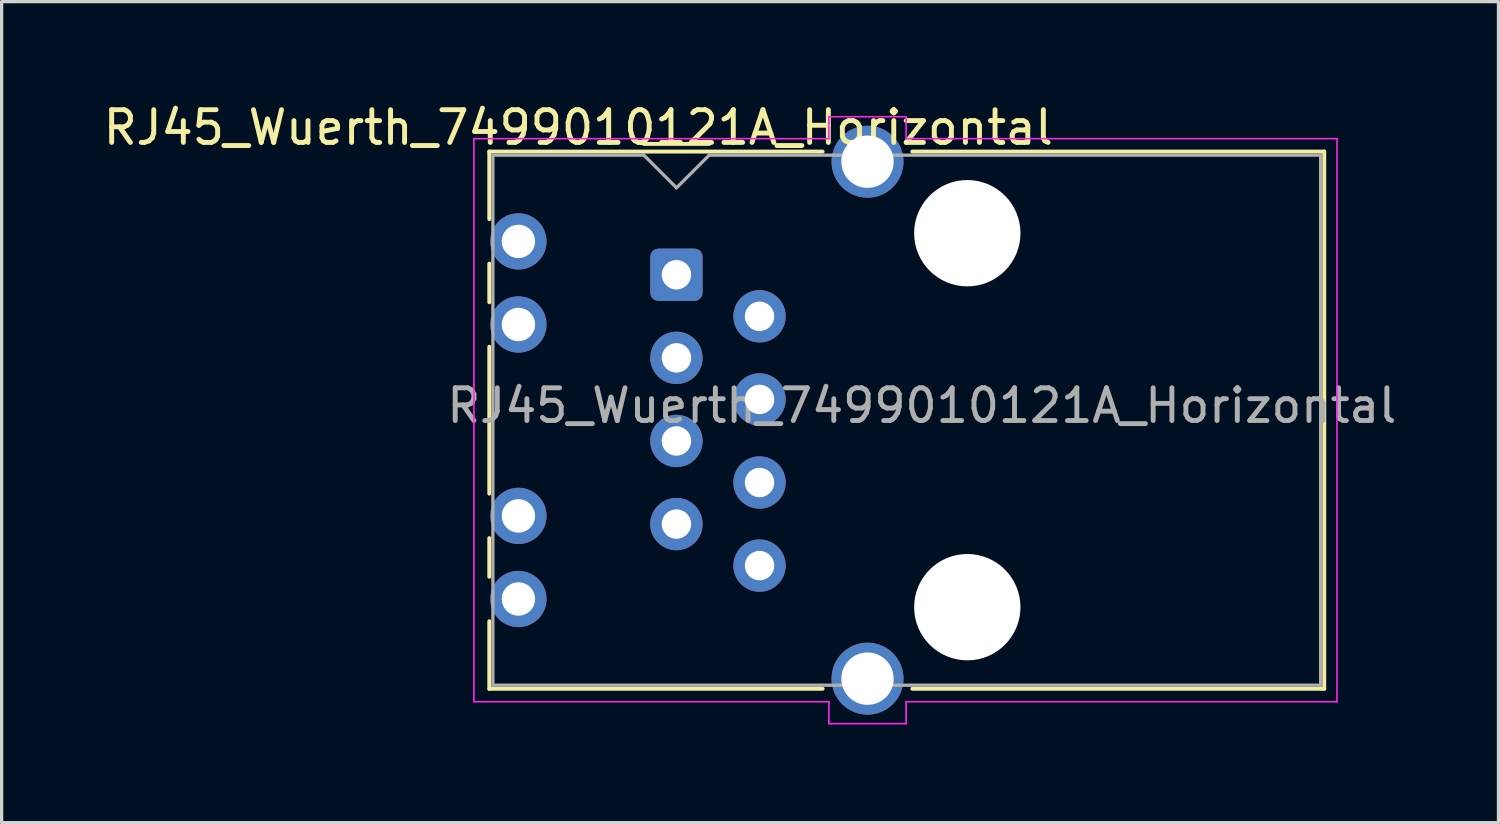
<source format=kicad_pcb>
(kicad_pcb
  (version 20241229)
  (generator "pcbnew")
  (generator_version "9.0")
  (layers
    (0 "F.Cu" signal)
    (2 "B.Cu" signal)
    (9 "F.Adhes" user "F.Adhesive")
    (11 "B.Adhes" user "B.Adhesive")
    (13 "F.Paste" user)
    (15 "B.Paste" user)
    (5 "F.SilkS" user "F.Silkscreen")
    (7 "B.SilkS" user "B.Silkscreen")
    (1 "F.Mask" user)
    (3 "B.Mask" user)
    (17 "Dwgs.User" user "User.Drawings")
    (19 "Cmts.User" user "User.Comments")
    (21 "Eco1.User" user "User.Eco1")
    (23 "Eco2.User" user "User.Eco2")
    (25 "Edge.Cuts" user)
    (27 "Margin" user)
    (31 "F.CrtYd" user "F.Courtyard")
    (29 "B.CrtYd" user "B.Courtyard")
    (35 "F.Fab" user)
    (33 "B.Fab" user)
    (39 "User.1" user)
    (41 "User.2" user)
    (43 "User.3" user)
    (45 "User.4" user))
  (footprint "RJ45_Wuerth_7499010121A_Horizontal"
    (layer "F.Cu")
    (at 17.625 5.348)
    (property "Reference" "RJ45_Wuerth_7499010121A_Horizontal" (at -3 -4.5 0) (layer "F.SilkS") (effects (font (size 1 1) (thickness 0.15))))
    (attr through_hole)
    (fp_line (start -5.72 -3.765) (end -5.72 -1.7) (stroke (width 0.12) (type solid)) (layer "F.SilkS"))
    (fp_line (start -5.72 0.84) (end -5.72 -0.34) (stroke (width 0.12) (type solid)) (layer "F.SilkS"))
    (fp_line (start -5.72 6.69) (end -5.72 2.2) (stroke (width 0.12) (type solid)) (layer "F.SilkS"))
    (fp_line (start -5.72 9.23) (end -5.72 8.05) (stroke (width 0.12) (type solid)) (layer "F.SilkS"))
    (fp_line (start -5.72 10.59) (end -5.72 12.655) (stroke (width 0.12) (type solid)) (layer "F.SilkS"))
    (fp_line (start -5.72 12.655) (end 4.47 12.655) (stroke (width 0.12) (type solid)) (layer "F.SilkS"))
    (fp_line (start -1 -4) (end 1 -4) (stroke (width 0.12) (type solid)) (layer "F.SilkS"))
    (fp_line (start 4.47 -3.765) (end -5.72 -3.765) (stroke (width 0.12) (type solid)) (layer "F.SilkS"))
    (fp_line (start 7.21 12.655) (end 19.8 12.655) (stroke (width 0.12) (type solid)) (layer "F.SilkS"))
    (fp_line (start 19.8 -3.765) (end 7.21 -3.765) (stroke (width 0.12) (type solid)) (layer "F.SilkS"))
    (fp_line (start 19.8 12.655) (end 19.8 -3.765) (stroke (width 0.12) (type solid)) (layer "F.SilkS"))
    (fp_line (start -6.19 -4.16) (end -6.19 13.05) (stroke (width 0.05) (type solid)) (layer "F.CrtYd"))
    (fp_line (start 4.66 -4.83) (end 4.66 -4.16) (stroke (width 0.05) (type solid)) (layer "F.CrtYd"))
    (fp_line (start 4.66 -4.16) (end -6.19 -4.16) (stroke (width 0.05) (type solid)) (layer "F.CrtYd"))
    (fp_line (start 4.66 13.05) (end -6.19 13.05) (stroke (width 0.05) (type solid)) (layer "F.CrtYd"))
    (fp_line (start 4.66 13.05) (end 4.66 13.72) (stroke (width 0.05) (type solid)) (layer "F.CrtYd"))
    (fp_line (start 7.02 -4.83) (end 4.66 -4.83) (stroke (width 0.05) (type solid)) (layer "F.CrtYd"))
    (fp_line (start 7.02 -4.83) (end 7.02 -4.16) (stroke (width 0.05) (type solid)) (layer "F.CrtYd"))
    (fp_line (start 7.02 13.05) (end 7.02 13.72) (stroke (width 0.05) (type solid)) (layer "F.CrtYd"))
    (fp_line (start 7.02 13.72) (end 4.66 13.72) (stroke (width 0.05) (type solid)) (layer "F.CrtYd"))
    (fp_line (start 20.19 -4.16) (end 7.02 -4.16) (stroke (width 0.05) (type solid)) (layer "F.CrtYd"))
    (fp_line (start 20.19 13.05) (end 7.02 13.05) (stroke (width 0.05) (type solid)) (layer "F.CrtYd"))
    (fp_line (start 20.19 13.05) (end 20.19 -4.16) (stroke (width 0.05) (type solid)) (layer "F.CrtYd"))
    (fp_line (start -5.61 -3.655) (end -5.61 12.545) (stroke (width 0.1) (type solid)) (layer "F.Fab"))
    (fp_line (start -5.61 12.545) (end 19.69 12.545) (stroke (width 0.1) (type solid)) (layer "F.Fab"))
    (fp_line (start -1 -3.655) (end -5.61 -3.655) (stroke (width 0.1) (type solid)) (layer "F.Fab"))
    (fp_line (start 0 -2.66) (end -1 -3.66) (stroke (width 0.1) (type solid)) (layer "F.Fab"))
    (fp_line (start 0 -2.655) (end 1 -3.655) (stroke (width 0.1) (type solid)) (layer "F.Fab"))
    (fp_line (start 19.69 -3.655) (end 1 -3.655) (stroke (width 0.1) (type solid)) (layer "F.Fab"))
    (fp_line (start 19.69 12.545) (end 19.69 -3.655) (stroke (width 0.1) (type solid)) (layer "F.Fab"))
    (fp_text user "${REFERENCE}" (at 7.5 4 180) (layer "F.Fab") (effects (font (size 1 1) (thickness 0.15))))
    (pad "" np_thru_hole circle (at 8.89 -1.27 90) (size 3.25 3.25) (drill 3.25) (layers "*.Cu" "*.Mask"))
    (pad "" np_thru_hole circle (at 8.89 10.16 90) (size 3.25 3.25) (drill 3.25) (layers "*.Cu" "*.Mask"))
    (pad "1" thru_hole roundrect (at 0 0 90) (size 1.6 1.6) (drill 0.9) (layers "*.Cu" "*.Mask") (roundrect_rratio 0.155))
    (pad "2" thru_hole circle (at 2.54 1.27 90) (size 1.6 1.6) (drill 0.9) (layers "*.Cu" "*.Mask"))
    (pad "3" thru_hole circle (at 0 2.54 90) (size 1.6 1.6) (drill 0.9) (layers "*.Cu" "*.Mask"))
    (pad "4" thru_hole circle (at 2.54 3.81 90) (size 1.6 1.6) (drill 0.9) (layers "*.Cu" "*.Mask"))
    (pad "5" thru_hole circle (at 0 5.08 90) (size 1.6 1.6) (drill 0.9) (layers "*.Cu" "*.Mask"))
    (pad "6" thru_hole circle (at 2.54 6.35 90) (size 1.6 1.6) (drill 0.9) (layers "*.Cu" "*.Mask"))
    (pad "7" thru_hole circle (at 0 7.62 90) (size 1.6 1.6) (drill 0.9) (layers "*.Cu" "*.Mask"))
    (pad "8" thru_hole circle (at 2.54 8.89 90) (size 1.6 1.6) (drill 0.9) (layers "*.Cu" "*.Mask"))
    (pad "9" thru_hole circle (at -4.83 -1.02 90) (size 1.72 1.72) (drill 1.02) (layers "*.Cu" "*.Mask"))
    (pad "10" thru_hole circle (at -4.83 1.52 90) (size 1.72 1.72) (drill 1.02) (layers "*.Cu" "*.Mask"))
    (pad "11" thru_hole circle (at -4.83 7.37 90) (size 1.72 1.72) (drill 1.02) (layers "*.Cu" "*.Mask"))
    (pad "12" thru_hole circle (at -4.83 9.91 90) (size 1.72 1.72) (drill 1.02) (layers "*.Cu" "*.Mask"))
    (pad "SH" thru_hole circle (at 5.84 -3.455 90) (size 2.2 2.2) (drill 1.6) (layers "*.Cu" "*.Mask"))
    (pad "SH" thru_hole circle (at 5.84 12.345 90) (size 2.2 2.2) (drill 1.6) (layers "*.Cu" "*.Mask")))
  (gr_rect
    (start -3 -3)
    (end 42.75 22.093)
    (stroke (width 0.1) (type default))
    (fill no)
    (layer "Edge.Cuts")))
</source>
